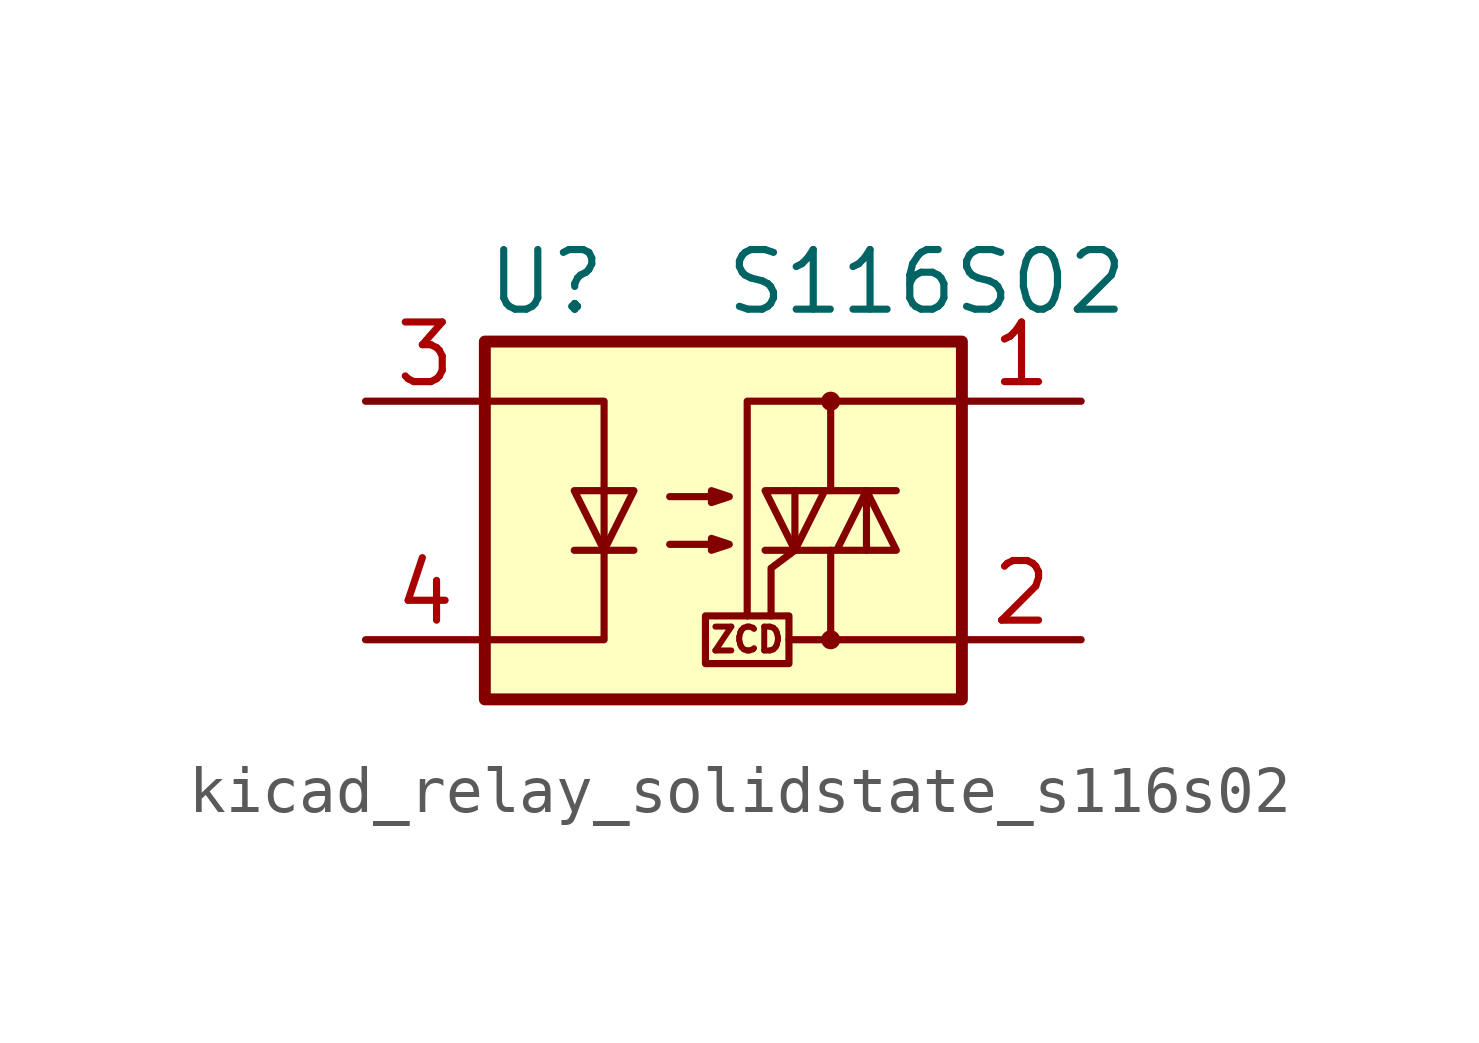
<source format=kicad_sym>
(kicad_symbol_lib
  (version 20220914)
  (generator kicad_symbol_editor)
  (symbol "kicad_relay_solidstate_s116s02"
    (property "Reference" "U"
      (at -5.08 5.08 0)
      (effects (font (size 1.27 1.27)) (justify left)))
    (property "Value" "S116S02"
      (at 0 5.08 0)
      (effects (font (size 1.27 1.27)) (justify left)))
    (symbol "kicad_relay_solidstate_s116s02_0_0"
      (rectangle (start -0.381 -2.032) (end 1.397 -3.048) (stroke (width 0) (type default)) (fill (type none)))
      (polyline (pts (xy 2.286 -2.54) (xy 1.397 -2.54)) (stroke (width 0) (type default)) (fill (type none)))
      (polyline (pts (xy 1.524 -0.635) (xy 1.016 -1.016) (xy 1.016 -2.032)) (stroke (width 0) (type default)) (fill (type none)))
      (text "ZCD" (at 0.508 -2.54 0) (effects (font (size 0.508 0.508)))))
    (symbol "kicad_relay_solidstate_s116s02_0_1"
      (rectangle (start -5.08 3.81) (end 5.08 -3.81) (stroke (width 0.254) (type default)) (fill (type background)))
      (polyline (pts (xy -3.175 -0.635) (xy -1.905 -0.635)) (stroke (width 0) (type default)) (fill (type none)))
      (polyline (pts (xy 1.524 -0.635) (xy 1.524 0.635)) (stroke (width 0) (type default)) (fill (type none)))
      (polyline (pts (xy 3.048 0.635) (xy 3.048 -0.635)) (stroke (width 0) (type default)) (fill (type none)))
      (polyline (pts (xy 2.286 -0.635) (xy 2.286 -2.54) (xy 5.08 -2.54)) (stroke (width 0) (type default)) (fill (type none)))
      (polyline (pts (xy 2.286 0.635) (xy 2.286 2.54) (xy 5.08 2.54)) (stroke (width 0) (type default)) (fill (type none)))
      (polyline (pts (xy 2.286 2.54) (xy 0.508 2.54) (xy 0.508 -2.032)) (stroke (width 0) (type default)) (fill (type none)))
      (polyline (pts (xy -5.08 2.54) (xy -2.54 2.54) (xy -2.54 -2.54) (xy -5.08 -2.54)) (stroke (width 0) (type default)) (fill (type none)))
      (polyline (pts (xy -2.54 -0.635) (xy -3.175 0.635) (xy -1.905 0.635) (xy -2.54 -0.635)) (stroke (width 0) (type default)) (fill (type none)))
      (polyline (pts (xy 0.889 -0.635) (xy 3.683 -0.635) (xy 3.048 0.635) (xy 2.413 -0.635)) (stroke (width 0) (type default)) (fill (type none)))
      (polyline (pts (xy 3.683 0.635) (xy 0.889 0.635) (xy 1.524 -0.635) (xy 2.159 0.635)) (stroke (width 0) (type default)) (fill (type none)))
      (polyline (pts (xy -1.143 -0.508) (xy 0.127 -0.508) (xy -0.254 -0.635) (xy -0.254 -0.381) (xy 0.127 -0.508)) (stroke (width 0) (type default)) (fill (type none)))
      (polyline (pts (xy -1.143 0.508) (xy 0.127 0.508) (xy -0.254 0.381) (xy -0.254 0.635) (xy 0.127 0.508)) (stroke (width 0) (type default)) (fill (type none)))
      (circle (center 2.286 -2.54) (radius 0.127) (stroke (width 0) (type default)) (fill (type none)))
      (circle (center 2.286 2.54) (radius 0.127) (stroke (width 0) (type default)) (fill (type none))))
    (symbol "kicad_relay_solidstate_s116s02_1_1"
      (pin passive line (at 7.62 2.54 180) (length 2.54) (name "~" (effects (font (size 1.27 1.27)))) (number "1" (effects (font (size 1.27 1.27)))))
      (pin passive line (at 7.62 -2.54 180) (length 2.54) (name "~" (effects (font (size 1.27 1.27)))) (number "2" (effects (font (size 1.27 1.27)))))
      (pin passive line (at -7.62 2.54 0) (length 2.54) (name "~" (effects (font (size 1.27 1.27)))) (number "3" (effects (font (size 1.27 1.27)))))
      (pin passive line (at -7.62 -2.54 0) (length 2.54) (name "~" (effects (font (size 1.27 1.27)))) (number "4" (effects (font (size 1.27 1.27))))))))
</source>
